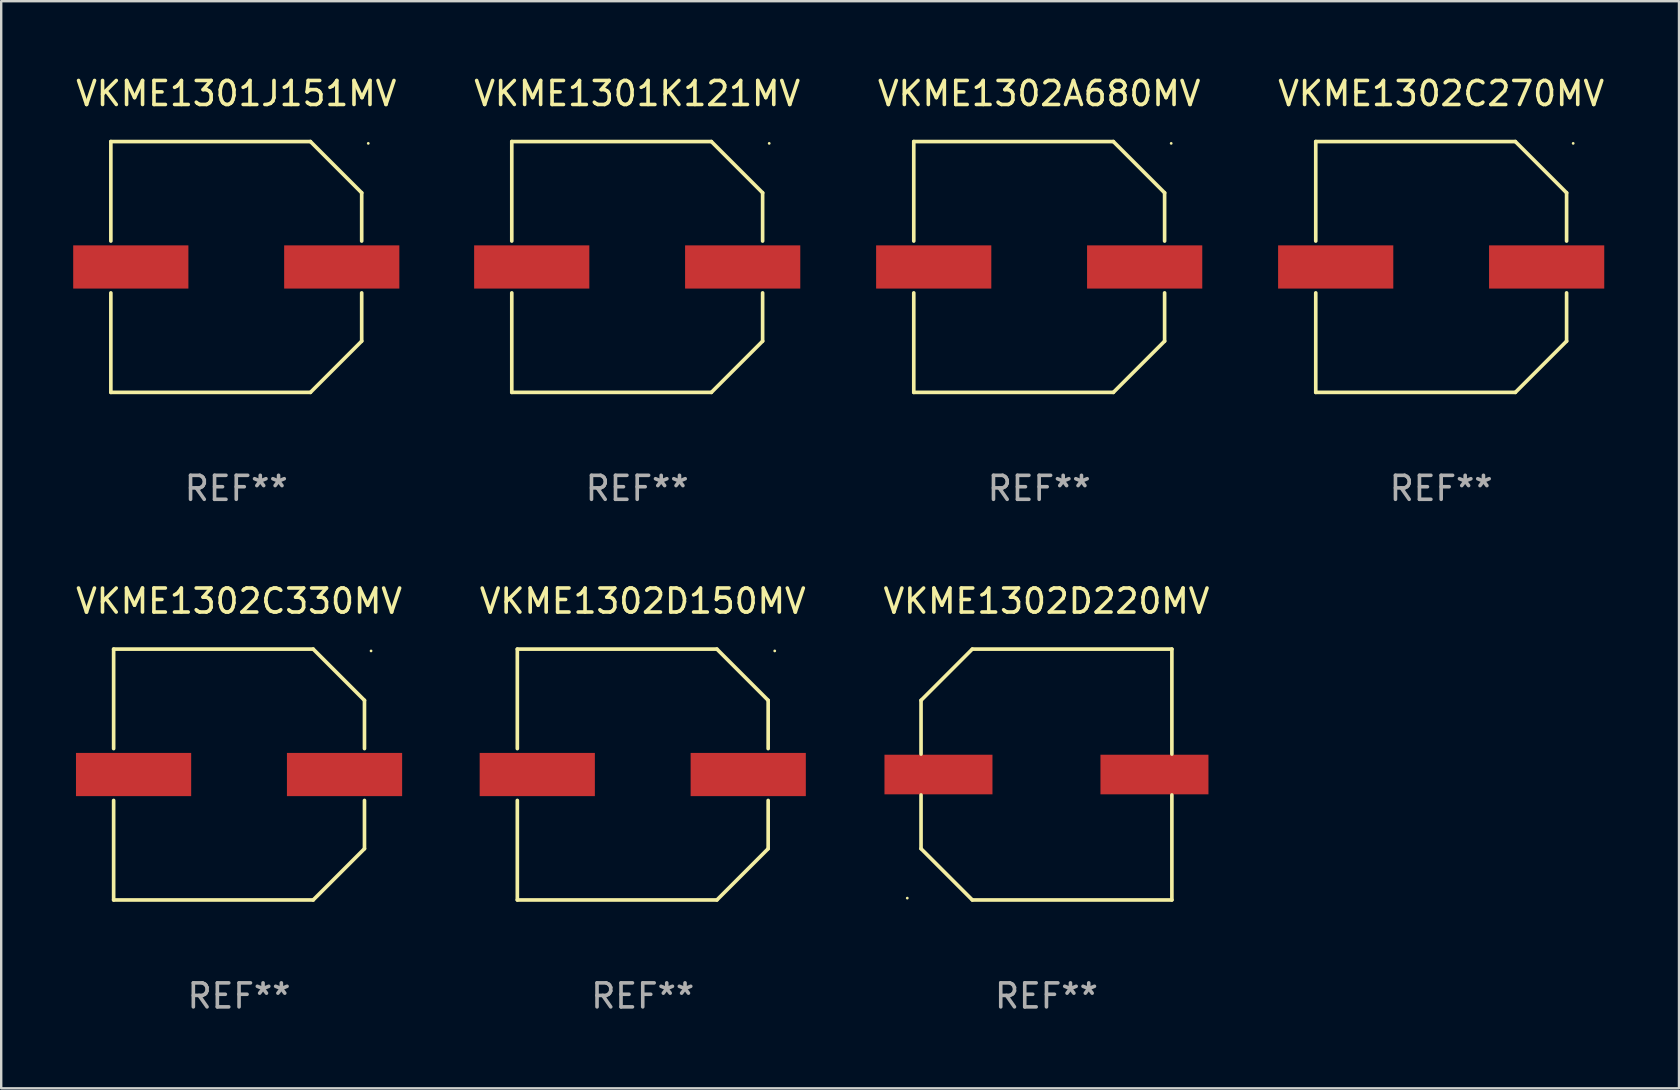
<source format=kicad_pcb>
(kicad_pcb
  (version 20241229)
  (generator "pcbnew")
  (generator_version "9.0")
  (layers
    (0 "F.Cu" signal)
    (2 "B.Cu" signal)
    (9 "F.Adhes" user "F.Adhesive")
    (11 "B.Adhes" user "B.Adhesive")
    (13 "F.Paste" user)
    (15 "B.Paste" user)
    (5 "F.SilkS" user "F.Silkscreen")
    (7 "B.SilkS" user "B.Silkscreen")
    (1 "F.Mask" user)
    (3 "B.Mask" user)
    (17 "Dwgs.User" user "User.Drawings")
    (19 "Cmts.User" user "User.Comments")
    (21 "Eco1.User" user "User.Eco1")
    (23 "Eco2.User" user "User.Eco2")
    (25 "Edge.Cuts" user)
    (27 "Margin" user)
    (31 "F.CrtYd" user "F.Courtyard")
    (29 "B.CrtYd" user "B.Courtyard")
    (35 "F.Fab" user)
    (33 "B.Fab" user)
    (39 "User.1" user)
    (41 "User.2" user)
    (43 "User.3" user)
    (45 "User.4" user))
  (footprint "VKME1302D220MV"
    (layer "F.Cu")
    (at 40.554 29.223)
    (property "Reference" "VKME1302D220MV" (at 0 -7.226 0) (layer "F.SilkS") (effects (font (size 1 1) (thickness 0.15))))
    (attr through_hole)
    (fp_line (start -5.226 -3.09) (end -5.226 -0.852) (stroke (width 0.152) (type solid)) (layer "F.SilkS"))
    (fp_line (start -5.226 3.09) (end -5.226 0.852) (stroke (width 0.152) (type solid)) (layer "F.SilkS"))
    (fp_line (start -3.09 -5.226) (end -5.226 -3.09) (stroke (width 0.152) (type solid)) (layer "F.SilkS"))
    (fp_line (start -3.09 5.226) (end -5.226 3.09) (stroke (width 0.152) (type solid)) (layer "F.SilkS"))
    (fp_line (start 5.226 -5.226) (end -3.09 -5.226) (stroke (width 0.152) (type solid)) (layer "F.SilkS"))
    (fp_line (start 5.226 -0.852) (end 5.226 -5.226) (stroke (width 0.152) (type solid)) (layer "F.SilkS"))
    (fp_line (start 5.226 0.852) (end 5.226 5.226) (stroke (width 0.152) (type solid)) (layer "F.SilkS"))
    (fp_line (start 5.226 5.226) (end -3.09 5.226) (stroke (width 0.152) (type solid)) (layer "F.SilkS"))
    (fp_circle (center -5.8 5.15) (end -5.77 5.15) (stroke (width 0.06) (type solid)) (fill no) (layer "F.SilkS"))
    (fp_text user "REF**" (at 0 9.226 0) (layer "F.Fab") (effects (font (size 1 1) (thickness 0.15))))
    (pad "1" smd rect (at -4.5 0) (size 4.5 1.65) (layers "F.Cu" "F.Mask" "F.Paste"))
    (pad "2" smd rect (at 4.5 0) (size 4.5 1.65) (layers "F.Cu" "F.Mask" "F.Paste")))
  (footprint "VKME1301J151MV"
    (layer "F.Cu")
    (at 6.795 8.074)
    (property "Reference" "VKME1301J151MV" (at 0 -7.226 0) (layer "F.SilkS") (effects (font (size 1 1) (thickness 0.15))))
    (attr through_hole)
    (fp_line (start -5.226 -5.226) (end -5.226 -1.08) (stroke (width 0.152) (type solid)) (layer "F.SilkS"))
    (fp_line (start -5.226 -5.226) (end 3.09 -5.226) (stroke (width 0.152) (type solid)) (layer "F.SilkS"))
    (fp_line (start -5.226 1.08) (end -5.226 5.226) (stroke (width 0.152) (type solid)) (layer "F.SilkS"))
    (fp_line (start -5.226 5.226) (end 3.09 5.226) (stroke (width 0.152) (type solid)) (layer "F.SilkS"))
    (fp_line (start 3.09 -5.226) (end 5.226 -3.09) (stroke (width 0.152) (type solid)) (layer "F.SilkS"))
    (fp_line (start 3.09 5.226) (end 5.226 3.09) (stroke (width 0.152) (type solid)) (layer "F.SilkS"))
    (fp_line (start 5.226 -1.08) (end 5.226 -3.09) (stroke (width 0.152) (type solid)) (layer "F.SilkS"))
    (fp_line (start 5.226 3.09) (end 5.226 1.08) (stroke (width 0.152) (type solid)) (layer "F.SilkS"))
    (fp_circle (center 5.5 -5.15) (end 5.53 -5.15) (stroke (width 0.06) (type solid)) (fill no) (layer "F.SilkS"))
    (fp_text user "REF**" (at 0 9.226 0) (layer "F.Fab") (effects (font (size 1 1) (thickness 0.15))))
    (pad "1" smd rect (at 4.395 0 180) (size 4.8 1.8) (layers "F.Cu" "F.Mask" "F.Paste"))
    (pad "2" smd rect (at -4.395 0 180) (size 4.8 1.8) (layers "F.Cu" "F.Mask" "F.Paste")))
  (footprint "VKME1302D150MV"
    (layer "F.Cu")
    (at 23.732 29.223)
    (property "Reference" "VKME1302D150MV" (at 0 -7.226 0) (layer "F.SilkS") (effects (font (size 1 1) (thickness 0.15))))
    (attr through_hole)
    (fp_line (start -5.226 -5.226) (end -5.226 -1.08) (stroke (width 0.152) (type solid)) (layer "F.SilkS"))
    (fp_line (start -5.226 -5.226) (end 3.09 -5.226) (stroke (width 0.152) (type solid)) (layer "F.SilkS"))
    (fp_line (start -5.226 1.08) (end -5.226 5.226) (stroke (width 0.152) (type solid)) (layer "F.SilkS"))
    (fp_line (start -5.226 5.226) (end 3.09 5.226) (stroke (width 0.152) (type solid)) (layer "F.SilkS"))
    (fp_line (start 3.09 -5.226) (end 5.226 -3.09) (stroke (width 0.152) (type solid)) (layer "F.SilkS"))
    (fp_line (start 3.09 5.226) (end 5.226 3.09) (stroke (width 0.152) (type solid)) (layer "F.SilkS"))
    (fp_line (start 5.226 -1.08) (end 5.226 -3.09) (stroke (width 0.152) (type solid)) (layer "F.SilkS"))
    (fp_line (start 5.226 3.09) (end 5.226 1.08) (stroke (width 0.152) (type solid)) (layer "F.SilkS"))
    (fp_circle (center 5.5 -5.15) (end 5.53 -5.15) (stroke (width 0.06) (type solid)) (fill no) (layer "F.SilkS"))
    (fp_text user "REF**" (at 0 9.226 0) (layer "F.Fab") (effects (font (size 1 1) (thickness 0.15))))
    (pad "1" smd rect (at 4.395 0 180) (size 4.8 1.8) (layers "F.Cu" "F.Mask" "F.Paste"))
    (pad "2" smd rect (at -4.395 0 180) (size 4.8 1.8) (layers "F.Cu" "F.Mask" "F.Paste")))
  (footprint "VKME1301K121MV"
    (layer "F.Cu")
    (at 23.501 8.074)
    (property "Reference" "VKME1301K121MV" (at 0 -7.226 0) (layer "F.SilkS") (effects (font (size 1 1) (thickness 0.15))))
    (attr through_hole)
    (fp_line (start -5.226 -5.226) (end -5.226 -1.08) (stroke (width 0.152) (type solid)) (layer "F.SilkS"))
    (fp_line (start -5.226 -5.226) (end 3.09 -5.226) (stroke (width 0.152) (type solid)) (layer "F.SilkS"))
    (fp_line (start -5.226 1.08) (end -5.226 5.226) (stroke (width 0.152) (type solid)) (layer "F.SilkS"))
    (fp_line (start -5.226 5.226) (end 3.09 5.226) (stroke (width 0.152) (type solid)) (layer "F.SilkS"))
    (fp_line (start 3.09 -5.226) (end 5.226 -3.09) (stroke (width 0.152) (type solid)) (layer "F.SilkS"))
    (fp_line (start 3.09 5.226) (end 5.226 3.09) (stroke (width 0.152) (type solid)) (layer "F.SilkS"))
    (fp_line (start 5.226 -1.08) (end 5.226 -3.09) (stroke (width 0.152) (type solid)) (layer "F.SilkS"))
    (fp_line (start 5.226 3.09) (end 5.226 1.08) (stroke (width 0.152) (type solid)) (layer "F.SilkS"))
    (fp_circle (center 5.5 -5.15) (end 5.53 -5.15) (stroke (width 0.06) (type solid)) (fill no) (layer "F.SilkS"))
    (fp_text user "REF**" (at 0 9.226 0) (layer "F.Fab") (effects (font (size 1 1) (thickness 0.15))))
    (pad "1" smd rect (at 4.395 0 180) (size 4.8 1.8) (layers "F.Cu" "F.Mask" "F.Paste"))
    (pad "2" smd rect (at -4.395 0 180) (size 4.8 1.8) (layers "F.Cu" "F.Mask" "F.Paste")))
  (footprint "VKME1302C270MV"
    (layer "F.Cu")
    (at 57.001 8.074)
    (property "Reference" "VKME1302C270MV" (at 0 -7.226 0) (layer "F.SilkS") (effects (font (size 1 1) (thickness 0.15))))
    (attr through_hole)
    (fp_line (start -5.226 -5.226) (end -5.226 -1.08) (stroke (width 0.152) (type solid)) (layer "F.SilkS"))
    (fp_line (start -5.226 -5.226) (end 3.09 -5.226) (stroke (width 0.152) (type solid)) (layer "F.SilkS"))
    (fp_line (start -5.226 1.08) (end -5.226 5.226) (stroke (width 0.152) (type solid)) (layer "F.SilkS"))
    (fp_line (start -5.226 5.226) (end 3.09 5.226) (stroke (width 0.152) (type solid)) (layer "F.SilkS"))
    (fp_line (start 3.09 -5.226) (end 5.226 -3.09) (stroke (width 0.152) (type solid)) (layer "F.SilkS"))
    (fp_line (start 3.09 5.226) (end 5.226 3.09) (stroke (width 0.152) (type solid)) (layer "F.SilkS"))
    (fp_line (start 5.226 -1.08) (end 5.226 -3.09) (stroke (width 0.152) (type solid)) (layer "F.SilkS"))
    (fp_line (start 5.226 3.09) (end 5.226 1.08) (stroke (width 0.152) (type solid)) (layer "F.SilkS"))
    (fp_circle (center 5.5 -5.15) (end 5.53 -5.15) (stroke (width 0.06) (type solid)) (fill no) (layer "F.SilkS"))
    (fp_text user "REF**" (at 0 9.226 0) (layer "F.Fab") (effects (font (size 1 1) (thickness 0.15))))
    (pad "1" smd rect (at 4.395 0 180) (size 4.8 1.8) (layers "F.Cu" "F.Mask" "F.Paste"))
    (pad "2" smd rect (at -4.395 0 180) (size 4.8 1.8) (layers "F.Cu" "F.Mask" "F.Paste")))
  (footprint "VKME1302A680MV"
    (layer "F.Cu")
    (at 40.251 8.074)
    (property "Reference" "VKME1302A680MV" (at 0 -7.226 0) (layer "F.SilkS") (effects (font (size 1 1) (thickness 0.15))))
    (attr through_hole)
    (fp_line (start -5.226 -5.226) (end -5.226 -1.08) (stroke (width 0.152) (type solid)) (layer "F.SilkS"))
    (fp_line (start -5.226 -5.226) (end 3.09 -5.226) (stroke (width 0.152) (type solid)) (layer "F.SilkS"))
    (fp_line (start -5.226 1.08) (end -5.226 5.226) (stroke (width 0.152) (type solid)) (layer "F.SilkS"))
    (fp_line (start -5.226 5.226) (end 3.09 5.226) (stroke (width 0.152) (type solid)) (layer "F.SilkS"))
    (fp_line (start 3.09 -5.226) (end 5.226 -3.09) (stroke (width 0.152) (type solid)) (layer "F.SilkS"))
    (fp_line (start 3.09 5.226) (end 5.226 3.09) (stroke (width 0.152) (type solid)) (layer "F.SilkS"))
    (fp_line (start 5.226 -1.08) (end 5.226 -3.09) (stroke (width 0.152) (type solid)) (layer "F.SilkS"))
    (fp_line (start 5.226 3.09) (end 5.226 1.08) (stroke (width 0.152) (type solid)) (layer "F.SilkS"))
    (fp_circle (center 5.5 -5.15) (end 5.53 -5.15) (stroke (width 0.06) (type solid)) (fill no) (layer "F.SilkS"))
    (fp_text user "REF**" (at 0 9.226 0) (layer "F.Fab") (effects (font (size 1 1) (thickness 0.15))))
    (pad "1" smd rect (at 4.395 0 180) (size 4.8 1.8) (layers "F.Cu" "F.Mask" "F.Paste"))
    (pad "2" smd rect (at -4.395 0 180) (size 4.8 1.8) (layers "F.Cu" "F.Mask" "F.Paste")))
  (footprint "VKME1302C330MV"
    (layer "F.Cu")
    (at 6.911 29.223)
    (property "Reference" "VKME1302C330MV" (at 0 -7.226 0) (layer "F.SilkS") (effects (font (size 1 1) (thickness 0.15))))
    (attr through_hole)
    (fp_line (start -5.226 -5.226) (end -5.226 -1.08) (stroke (width 0.152) (type solid)) (layer "F.SilkS"))
    (fp_line (start -5.226 -5.226) (end 3.09 -5.226) (stroke (width 0.152) (type solid)) (layer "F.SilkS"))
    (fp_line (start -5.226 1.08) (end -5.226 5.226) (stroke (width 0.152) (type solid)) (layer "F.SilkS"))
    (fp_line (start -5.226 5.226) (end 3.09 5.226) (stroke (width 0.152) (type solid)) (layer "F.SilkS"))
    (fp_line (start 3.09 -5.226) (end 5.226 -3.09) (stroke (width 0.152) (type solid)) (layer "F.SilkS"))
    (fp_line (start 3.09 5.226) (end 5.226 3.09) (stroke (width 0.152) (type solid)) (layer "F.SilkS"))
    (fp_line (start 5.226 -1.08) (end 5.226 -3.09) (stroke (width 0.152) (type solid)) (layer "F.SilkS"))
    (fp_line (start 5.226 3.09) (end 5.226 1.08) (stroke (width 0.152) (type solid)) (layer "F.SilkS"))
    (fp_circle (center 5.5 -5.15) (end 5.53 -5.15) (stroke (width 0.06) (type solid)) (fill no) (layer "F.SilkS"))
    (fp_text user "REF**" (at 0 9.226 0) (layer "F.Fab") (effects (font (size 1 1) (thickness 0.15))))
    (pad "1" smd rect (at 4.395 0 180) (size 4.8 1.8) (layers "F.Cu" "F.Mask" "F.Paste"))
    (pad "2" smd rect (at -4.395 0 180) (size 4.8 1.8) (layers "F.Cu" "F.Mask" "F.Paste")))
  (gr_rect
    (start -3 -3)
    (end 66.911 42.298)
    (stroke (width 0.1) (type default))
    (fill no)
    (layer "Edge.Cuts")))
</source>
